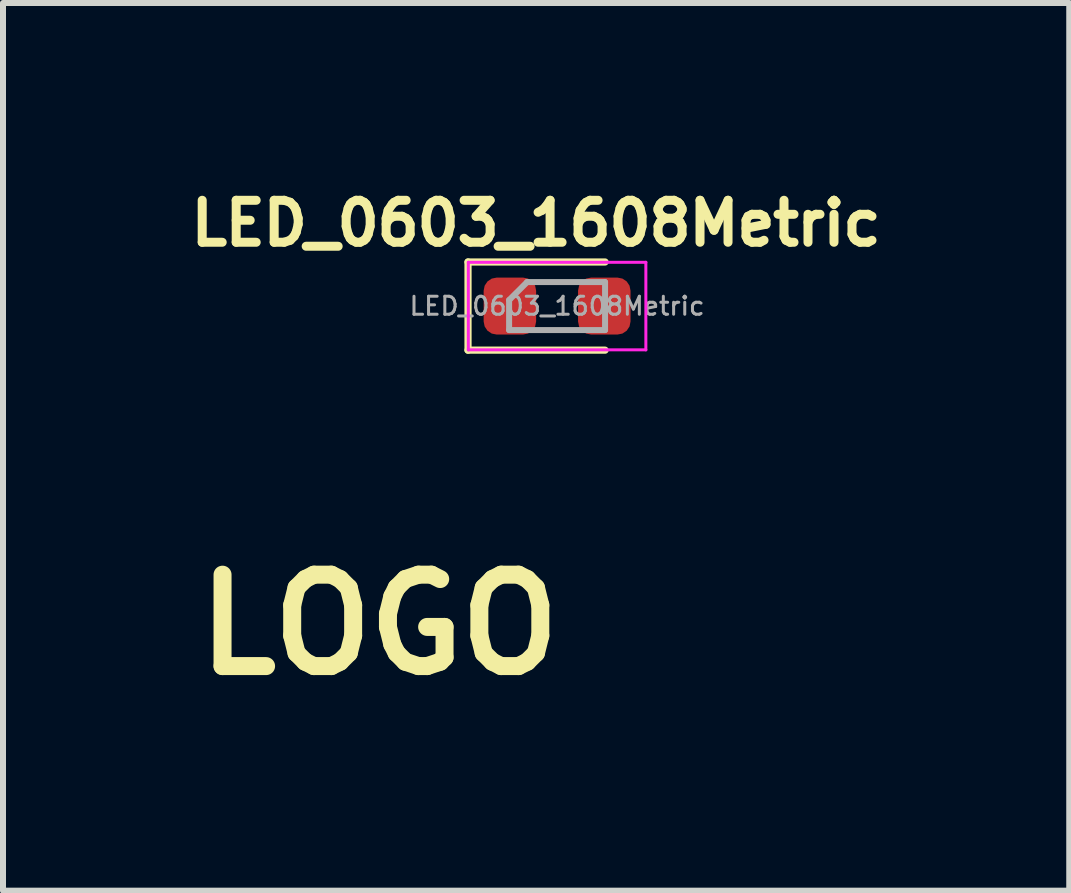
<source format=kicad_pcb>
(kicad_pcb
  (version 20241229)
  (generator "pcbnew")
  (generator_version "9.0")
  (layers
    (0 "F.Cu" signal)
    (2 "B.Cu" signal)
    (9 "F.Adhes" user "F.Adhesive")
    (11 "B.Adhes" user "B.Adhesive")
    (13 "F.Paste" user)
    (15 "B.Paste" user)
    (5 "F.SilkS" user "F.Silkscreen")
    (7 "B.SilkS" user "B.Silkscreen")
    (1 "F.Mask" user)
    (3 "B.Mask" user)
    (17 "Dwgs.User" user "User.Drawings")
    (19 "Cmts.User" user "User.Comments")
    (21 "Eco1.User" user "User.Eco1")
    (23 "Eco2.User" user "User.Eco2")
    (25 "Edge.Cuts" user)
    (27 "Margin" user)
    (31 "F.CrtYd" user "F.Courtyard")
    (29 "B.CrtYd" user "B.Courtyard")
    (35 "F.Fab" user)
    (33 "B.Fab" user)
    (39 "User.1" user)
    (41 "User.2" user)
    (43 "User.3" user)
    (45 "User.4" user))
  (footprint "LED_0603_1608Metric"
    (layer "F.Cu")
    (at 6.238 2.053)
    (property "Reference" "LED_0603_1608Metric" (at -0.35 -1.38 0) (layer "F.SilkS") (effects (font (size 0.7 0.7) (thickness 0.15))))
    (attr smd)
    (fp_line (start -1.485 -0.735) (end -1.485 0.735) (stroke (width 0.12) (type solid)) (layer "F.SilkS"))
    (fp_line (start -1.485 0.735) (end 0.8 0.735) (stroke (width 0.12) (type solid)) (layer "F.SilkS"))
    (fp_line (start 0.8 -0.735) (end -1.485 -0.735) (stroke (width 0.12) (type solid)) (layer "F.SilkS"))
    (fp_line (start -1.48 -0.73) (end 1.48 -0.73) (stroke (width 0.05) (type solid)) (layer "F.CrtYd"))
    (fp_line (start -1.48 0.73) (end -1.48 -0.73) (stroke (width 0.05) (type solid)) (layer "F.CrtYd"))
    (fp_line (start 1.48 -0.73) (end 1.48 0.73) (stroke (width 0.05) (type solid)) (layer "F.CrtYd"))
    (fp_line (start 1.48 0.73) (end -1.48 0.73) (stroke (width 0.05) (type solid)) (layer "F.CrtYd"))
    (fp_line (start -0.8 -0.1) (end -0.8 0.4) (stroke (width 0.1) (type solid)) (layer "F.Fab"))
    (fp_line (start -0.8 0.4) (end 0.8 0.4) (stroke (width 0.1) (type solid)) (layer "F.Fab"))
    (fp_line (start -0.5 -0.4) (end -0.8 -0.1) (stroke (width 0.1) (type solid)) (layer "F.Fab"))
    (fp_line (start 0.8 -0.4) (end -0.5 -0.4) (stroke (width 0.1) (type solid)) (layer "F.Fab"))
    (fp_line (start 0.8 0.4) (end 0.8 -0.4) (stroke (width 0.1) (type solid)) (layer "F.Fab"))
    (fp_text user "${REFERENCE}" (at 0 0 0) (layer "F.Fab") (effects (font (size 0.3 0.3) (thickness 0.05))))
    (pad "1" smd roundrect (at -0.787 0) (size 0.875 0.95) (layers "F.Cu" "F.Mask" "F.Paste") (roundrect_rratio 0.25))
    (pad "2" smd roundrect (at 0.787 0) (size 0.875 0.95) (layers "F.Cu" "F.Mask" "F.Paste") (roundrect_rratio 0.25)))
  (footprint "LOGO"
    (layer "F.Cu")
    (at 3.273 7.366)
    (property "Reference" "LOGO" (at 0 0 0) (layer "F.SilkS") (effects (font (size 1.524 1.524) (thickness 0.3))))
    (attr board_only exclude_from_pos_files exclude_from_bom)
    (fp_poly (pts (xy 0.018 -1.518) (xy 0.06 -1.518) (xy 0.101 -1.517) (xy 0.137 -1.516) (xy 0.168 -1.515) (xy 0.193 -1.514) (xy 0.209 -1.512) (xy 0.215 -1.51) (xy 0.218 -1.503) (xy 0.222 -1.487) (xy 0.227 -1.461) (xy 0.234 -1.429) (xy 0.242 -1.391) (xy 0.25 -1.348) (xy 0.259 -1.301) (xy 0.261 -1.29) (xy 0.272 -1.229) (xy 0.282 -1.178) (xy 0.29 -1.138) (xy 0.297 -1.107) (xy 0.303 -1.085) (xy 0.307 -1.072) (xy 0.309 -1.068) (xy 0.316 -1.064) (xy 0.332 -1.056) (xy 0.355 -1.046) (xy 0.383 -1.034) (xy 0.416 -1.02) (xy 0.45 -1.005) (xy 0.485 -0.991) (xy 0.518 -0.977) (xy 0.549 -0.965) (xy 0.576 -0.954) (xy 0.597 -0.947) (xy 0.61 -0.942) (xy 0.613 -0.942) (xy 0.62 -0.945) (xy 0.634 -0.953) (xy 0.655 -0.967) (xy 0.682 -0.985) (xy 0.715 -1.006) (xy 0.751 -1.031) (xy 0.79 -1.058) (xy 0.803 -1.067) (xy 0.856 -1.102) (xy 0.899 -1.131) (xy 0.935 -1.154) (xy 0.962 -1.171) (xy 0.981 -1.183) (xy 0.992 -1.188) (xy 0.996 -1.188) (xy 1.002 -1.184) (xy 1.015 -1.172) (xy 1.033 -1.155) (xy 1.056 -1.133) (xy 1.083 -1.107) (xy 1.111 -1.079) (xy 1.141 -1.049) (xy 1.172 -1.018) (xy 1.202 -0.988) (xy 1.229 -0.959) (xy 1.255 -0.933) (xy 1.276 -0.911) (xy 1.293 -0.893) (xy 1.303 -0.88) (xy 1.307 -0.875) (xy 1.304 -0.869) (xy 1.295 -0.854) (xy 1.281 -0.833) (xy 1.264 -0.806) (xy 1.242 -0.773) (xy 1.218 -0.737) (xy 1.191 -0.698) (xy 1.185 -0.69) (xy 1.158 -0.65) (xy 1.133 -0.613) (xy 1.111 -0.58) (xy 1.092 -0.551) (xy 1.078 -0.528) (xy 1.068 -0.512) (xy 1.064 -0.504) (xy 1.063 -0.503) (xy 1.066 -0.496) (xy 1.072 -0.479) (xy 1.081 -0.456) (xy 1.092 -0.427) (xy 1.106 -0.395) (xy 1.121 -0.361) (xy 1.136 -0.325) (xy 1.151 -0.291) (xy 1.165 -0.259) (xy 1.177 -0.232) (xy 1.187 -0.21) (xy 1.195 -0.195) (xy 1.198 -0.19) (xy 1.205 -0.187) (xy 1.222 -0.182) (xy 1.248 -0.177) (xy 1.281 -0.169) (xy 1.32 -0.161) (xy 1.365 -0.153) (xy 1.412 -0.144) (xy 1.459 -0.135) (xy 1.502 -0.126) (xy 1.541 -0.119) (xy 1.574 -0.112) (xy 1.6 -0.106) (xy 1.618 -0.102) (xy 1.626 -0.099) (xy 1.626 -0.099) (xy 1.628 -0.092) (xy 1.63 -0.075) (xy 1.632 -0.051) (xy 1.633 -0.019) (xy 1.634 0.018) (xy 1.634 0.058) (xy 1.635 0.1) (xy 1.635 0.144) (xy 1.634 0.186) (xy 1.634 0.227) (xy 1.633 0.264) (xy 1.632 0.295) (xy 1.631 0.32) (xy 1.629 0.337) (xy 1.627 0.345) (xy 1.621 0.348) (xy 1.608 0.352) (xy 1.586 0.357) (xy 1.555 0.364) (xy 1.516 0.372) (xy 1.466 0.382) (xy 1.418 0.391) (xy 1.372 0.399) (xy 1.329 0.407) (xy 1.291 0.415) (xy 1.259 0.421) (xy 1.233 0.427) (xy 1.217 0.431) (xy 1.209 0.433) (xy 1.209 0.433) (xy 1.206 0.439) (xy 1.199 0.454) (xy 1.189 0.477) (xy 1.177 0.505) (xy 1.164 0.537) (xy 1.149 0.572) (xy 1.135 0.609) (xy 1.12 0.645) (xy 1.107 0.679) (xy 1.095 0.709) (xy 1.085 0.735) (xy 1.078 0.754) (xy 1.075 0.766) (xy 1.074 0.768) (xy 1.078 0.774) (xy 1.086 0.789) (xy 1.1 0.81) (xy 1.118 0.837) (xy 1.139 0.87) (xy 1.163 0.905) (xy 1.188 0.943) (xy 1.215 0.981) (xy 1.239 1.017) (xy 1.261 1.049) (xy 1.279 1.076) (xy 1.293 1.097) (xy 1.302 1.111) (xy 1.306 1.117) (xy 1.303 1.123) (xy 1.293 1.136) (xy 1.277 1.154) (xy 1.256 1.176) (xy 1.231 1.202) (xy 1.203 1.231) (xy 1.173 1.261) (xy 1.143 1.292) (xy 1.112 1.322) (xy 1.083 1.351) (xy 1.056 1.377) (xy 1.032 1.399) (xy 1.012 1.417) (xy 0.998 1.429) (xy 0.99 1.434) (xy 0.989 1.434) (xy 0.981 1.431) (xy 0.966 1.423) (xy 0.945 1.41) (xy 0.918 1.393) (xy 0.888 1.373) (xy 0.864 1.356) (xy 0.829 1.332) (xy 0.793 1.308) (xy 0.76 1.285) (xy 0.73 1.264) (xy 0.706 1.248) (xy 0.697 1.242) (xy 0.643 1.206) (xy 0.56 1.25) (xy 0.529 1.266) (xy 0.507 1.277) (xy 0.491 1.284) (xy 0.48 1.287) (xy 0.474 1.288) (xy 0.469 1.286) (xy 0.469 1.285) (xy 0.465 1.278) (xy 0.458 1.263) (xy 0.447 1.238) (xy 0.434 1.207) (xy 0.418 1.17) (xy 0.4 1.127) (xy 0.38 1.081) (xy 0.359 1.031) (xy 0.338 0.979) (xy 0.316 0.926) (xy 0.294 0.874) (xy 0.273 0.822) (xy 0.252 0.772) (xy 0.233 0.725) (xy 0.216 0.683) (xy 0.201 0.645) (xy 0.189 0.614) (xy 0.179 0.59) (xy 0.174 0.574) (xy 0.172 0.567) (xy 0.175 0.559) (xy 0.186 0.548) (xy 0.206 0.534) (xy 0.217 0.526) (xy 0.24 0.51) (xy 0.266 0.489) (xy 0.293 0.465) (xy 0.316 0.443) (xy 0.339 0.42) (xy 0.356 0.4) (xy 0.37 0.382) (xy 0.382 0.362) (xy 0.395 0.337) (xy 0.397 0.332) (xy 0.416 0.293) (xy 0.429 0.259) (xy 0.438 0.227) (xy 0.443 0.194) (xy 0.445 0.155) (xy 0.446 0.127) (xy 0.445 0.093) (xy 0.444 0.067) (xy 0.442 0.045) (xy 0.437 0.025) (xy 0.433 0.008) (xy 0.408 -0.059) (xy 0.374 -0.121) (xy 0.332 -0.177) (xy 0.282 -0.225) (xy 0.225 -0.265) (xy 0.162 -0.296) (xy 0.102 -0.316) (xy 0.058 -0.325) (xy 0.008 -0.328) (xy -0.043 -0.327) (xy -0.091 -0.322) (xy -0.119 -0.316) (xy -0.185 -0.294) (xy -0.245 -0.262) (xy -0.299 -0.223) (xy -0.347 -0.177) (xy -0.387 -0.124) (xy -0.42 -0.067) (xy -0.444 -0.006) (xy -0.459 0.058) (xy -0.464 0.124) (xy -0.46 0.179) (xy -0.447 0.248) (xy -0.424 0.312) (xy -0.392 0.37) (xy -0.351 0.424) (xy -0.3 0.474) (xy -0.249 0.514) (xy -0.227 0.53) (xy -0.208 0.544) (xy -0.194 0.555) (xy -0.187 0.561) (xy -0.187 0.562) (xy -0.186 0.563) (xy -0.186 0.565) (xy -0.186 0.568) (xy -0.187 0.572) (xy -0.189 0.579) (xy -0.193 0.589) (xy -0.198 0.602) (xy -0.205 0.62) (xy -0.214 0.643) (xy -0.226 0.672) (xy -0.24 0.707) (xy -0.257 0.749) (xy -0.278 0.798) (xy -0.302 0.856) (xy -0.33 0.924) (xy -0.355 0.984) (xy -0.385 1.057) (xy -0.411 1.119) (xy -0.433 1.172) (xy -0.452 1.214) (xy -0.467 1.247) (xy -0.478 1.27) (xy -0.485 1.284) (xy -0.489 1.288) (xy -0.497 1.287) (xy -0.514 1.28) (xy -0.538 1.269) (xy -0.567 1.254) (xy -0.572 1.251) (xy -0.598 1.237) (xy -0.622 1.226) (xy -0.642 1.217) (xy -0.654 1.212) (xy -0.657 1.212) (xy -0.664 1.215) (xy -0.679 1.223) (xy -0.701 1.237) (xy -0.729 1.255) (xy -0.761 1.276) (xy -0.797 1.3) (xy -0.831 1.323) (xy -0.869 1.349) (xy -0.904 1.373) (xy -0.936 1.394) (xy -0.963 1.411) (xy -0.985 1.424) (xy -0.999 1.432) (xy -1.005 1.434) (xy -1.012 1.431) (xy -1.026 1.419) (xy -1.047 1.401) (xy -1.076 1.374) (xy -1.111 1.339) (xy -1.154 1.297) (xy -1.167 1.284) (xy -1.212 1.239) (xy -1.249 1.201) (xy -1.278 1.17) (xy -1.299 1.147) (xy -1.313 1.13) (xy -1.318 1.122) (xy -1.318 1.121) (xy -1.315 1.114) (xy -1.306 1.099) (xy -1.293 1.077) (xy -1.275 1.049) (xy -1.254 1.017) (xy -1.23 0.981) (xy -1.205 0.944) (xy -1.179 0.906) (xy -1.155 0.87) (xy -1.133 0.838) (xy -1.116 0.81) (xy -1.102 0.789) (xy -1.094 0.774) (xy -1.091 0.767) (xy -1.093 0.759) (xy -1.099 0.742) (xy -1.108 0.718) (xy -1.119 0.688) (xy -1.132 0.655) (xy -1.146 0.619) (xy -1.16 0.582) (xy -1.175 0.547) (xy -1.189 0.513) (xy -1.201 0.484) (xy -1.211 0.461) (xy -1.219 0.444) (xy -1.223 0.437) (xy -1.223 0.437) (xy -1.23 0.433) (xy -1.246 0.428) (xy -1.27 0.423) (xy -1.303 0.415) (xy -1.346 0.407) (xy -1.4 0.397) (xy -1.418 0.393) (xy -1.473 0.383) (xy -1.519 0.375) (xy -1.555 0.368) (xy -1.584 0.362) (xy -1.606 0.358) (xy -1.621 0.354) (xy -1.632 0.35) (xy -1.639 0.347) (xy -1.643 0.344) (xy -1.646 0.341) (xy -1.647 0.337) (xy -1.647 0.336) (xy -1.648 0.328) (xy -1.648 0.31) (xy -1.649 0.284) (xy -1.65 0.25) (xy -1.65 0.211) (xy -1.65 0.167) (xy -1.65 0.12) (xy -1.65 0.119) (xy -1.65 0.062) (xy -1.65 0.015) (xy -1.65 -0.022) (xy -1.649 -0.051) (xy -1.648 -0.072) (xy -1.646 -0.086) (xy -1.645 -0.094) (xy -1.644 -0.096) (xy -1.639 -0.099) (xy -1.627 -0.103) (xy -1.609 -0.107) (xy -1.583 -0.113) (xy -1.548 -0.121) (xy -1.505 -0.129) (xy -1.451 -0.139) (xy -1.43 -0.143) (xy -1.373 -0.154) (xy -1.327 -0.163) (xy -1.29 -0.17) (xy -1.261 -0.177) (xy -1.24 -0.182) (xy -1.225 -0.186) (xy -1.216 -0.19) (xy -1.213 -0.192) (xy -1.208 -0.2) (xy -1.199 -0.216) (xy -1.188 -0.24) (xy -1.175 -0.269) (xy -1.161 -0.302) (xy -1.146 -0.336) (xy -1.131 -0.372) (xy -1.117 -0.406) (xy -1.104 -0.437) (xy -1.093 -0.464) (xy -1.085 -0.485) (xy -1.081 -0.499) (xy -1.08 -0.502) (xy -1.083 -0.51) (xy -1.092 -0.525) (xy -1.106 -0.548) (xy -1.124 -0.576) (xy -1.146 -0.61) (xy -1.171 -0.647) (xy -1.197 -0.685) (xy -1.224 -0.724) (xy -1.249 -0.761) (xy -1.271 -0.794) (xy -1.289 -0.822) (xy -1.303 -0.845) (xy -1.313 -0.861) (xy -1.317 -0.869) (xy -1.317 -0.869) (xy -1.317 -0.873) (xy -1.314 -0.879) (xy -1.308 -0.888) (xy -1.298 -0.9) (xy -1.283 -0.916) (xy -1.264 -0.937) (xy -1.238 -0.963) (xy -1.206 -0.996) (xy -1.167 -1.035) (xy -1.165 -1.037) (xy -1.124 -1.078) (xy -1.087 -1.113) (xy -1.057 -1.142) (xy -1.033 -1.165) (xy -1.015 -1.18) (xy -1.005 -1.188) (xy -1.002 -1.189) (xy -0.996 -1.186) (xy -0.981 -1.176) (xy -0.96 -1.162) (xy -0.933 -1.144) (xy -0.901 -1.122) (xy -0.865 -1.098) (xy -0.826 -1.071) (xy -0.822 -1.069) (xy -0.783 -1.042) (xy -0.746 -1.017) (xy -0.713 -0.995) (xy -0.684 -0.976) (xy -0.661 -0.961) (xy -0.645 -0.951) (xy -0.637 -0.946) (xy -0.637 -0.946) (xy -0.631 -0.945) (xy -0.623 -0.946) (xy -0.611 -0.949) (xy -0.593 -0.955) (xy -0.57 -0.963) (xy -0.539 -0.975) (xy -0.499 -0.991) (xy -0.479 -1) (xy -0.441 -1.015) (xy -0.407 -1.029) (xy -0.377 -1.042) (xy -0.353 -1.052) (xy -0.336 -1.058) (xy -0.329 -1.062) (xy -0.328 -1.062) (xy -0.325 -1.064) (xy -0.323 -1.067) (xy -0.32 -1.073) (xy -0.317 -1.084) (xy -0.313 -1.098) (xy -0.309 -1.119) (xy -0.303 -1.146) (xy -0.297 -1.18) (xy -0.288 -1.223) (xy -0.279 -1.276) (xy -0.274 -1.304) (xy -0.263 -1.362) (xy -0.254 -1.41) (xy -0.246 -1.447) (xy -0.24 -1.476) (xy -0.235 -1.495) (xy -0.231 -1.507) (xy -0.228 -1.511) (xy -0.22 -1.513) (xy -0.203 -1.514) (xy -0.178 -1.516) (xy -0.146 -1.517) (xy -0.109 -1.518) (xy -0.068 -1.518) (xy -0.025 -1.518)) (stroke (width 0) (type solid)) (fill yes) (layer "F.Mask")))
  (gr_rect
    (start -3 -3)
    (end 14.777 11.8)
    (stroke (width 0.1) (type default))
    (fill no)
    (layer "Edge.Cuts")))
</source>
